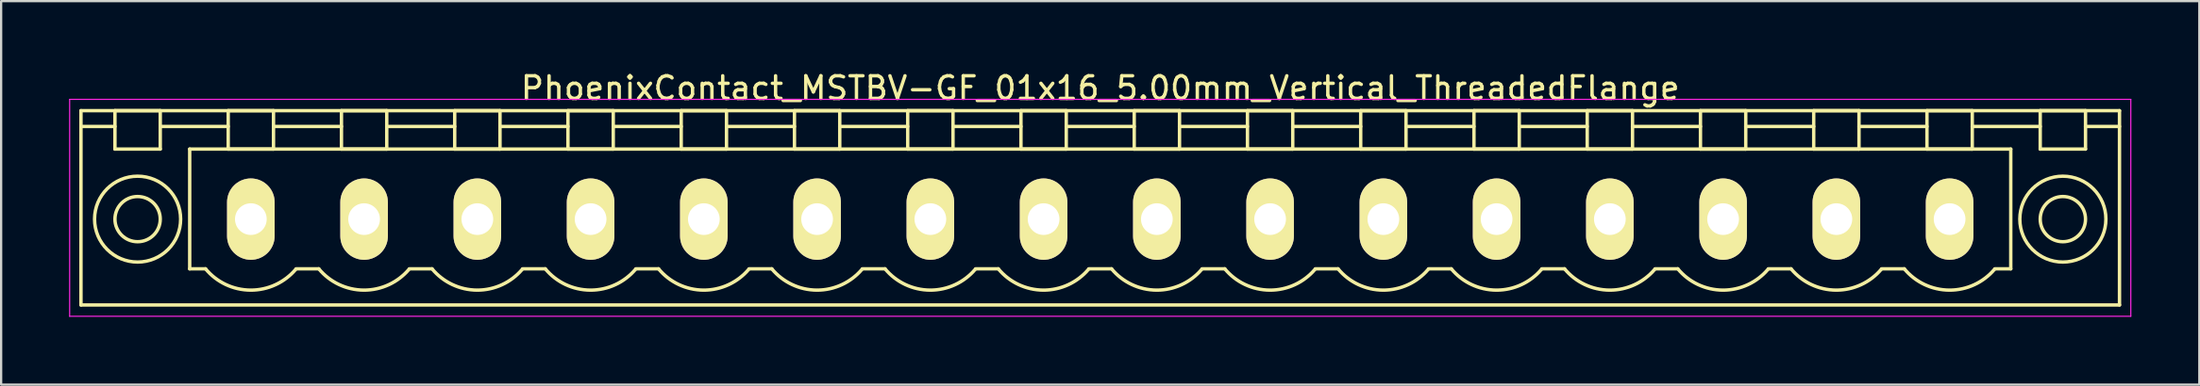
<source format=kicad_pcb>
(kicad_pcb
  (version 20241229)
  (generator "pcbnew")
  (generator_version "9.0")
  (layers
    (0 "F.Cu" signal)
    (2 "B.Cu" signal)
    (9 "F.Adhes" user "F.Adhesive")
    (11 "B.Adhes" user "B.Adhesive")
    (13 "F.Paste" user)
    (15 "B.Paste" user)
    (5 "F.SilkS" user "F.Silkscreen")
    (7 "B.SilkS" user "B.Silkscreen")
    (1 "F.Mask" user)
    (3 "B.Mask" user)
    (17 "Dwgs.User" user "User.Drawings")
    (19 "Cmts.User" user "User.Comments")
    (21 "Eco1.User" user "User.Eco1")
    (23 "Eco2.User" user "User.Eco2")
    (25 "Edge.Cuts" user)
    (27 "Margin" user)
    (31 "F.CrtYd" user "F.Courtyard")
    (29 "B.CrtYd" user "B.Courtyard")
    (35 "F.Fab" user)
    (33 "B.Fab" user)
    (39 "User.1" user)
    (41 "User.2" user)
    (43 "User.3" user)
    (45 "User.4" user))
  (footprint "PhoenixContact_MSTBV-GF_01x16_5.00mm_Vertical_ThreadedFlange"
    (layer "F.Cu")
    (at 8.025 6.648)
    (property "Reference" "PhoenixContact_MSTBV-GF_01x16_5.00mm_Vertical_ThreadedFlange" (at 37.5 -5.8 0) (layer "F.SilkS") (effects (font (size 1 1) (thickness 0.15))))
    (attr through_hole)
    (fp_line (start -7.5 -4.8) (end -7.5 3.8) (stroke (width 0.15) (type solid)) (layer "F.SilkS"))
    (fp_line (start -7.5 -4.1) (end -6 -4.1) (stroke (width 0.15) (type solid)) (layer "F.SilkS"))
    (fp_line (start -7.5 3.8) (end 82.5 3.8) (stroke (width 0.15) (type solid)) (layer "F.SilkS"))
    (fp_line (start -6 -4.8) (end -4 -4.8) (stroke (width 0.15) (type solid)) (layer "F.SilkS"))
    (fp_line (start -6 -3.1) (end -6 -4.8) (stroke (width 0.15) (type solid)) (layer "F.SilkS"))
    (fp_line (start -4 -4.8) (end -4 -3.1) (stroke (width 0.15) (type solid)) (layer "F.SilkS"))
    (fp_line (start -4 -4.1) (end -1 -4.1) (stroke (width 0.15) (type solid)) (layer "F.SilkS"))
    (fp_line (start -4 -3.1) (end -6 -3.1) (stroke (width 0.15) (type solid)) (layer "F.SilkS"))
    (fp_line (start -2.7 -3.1) (end 77.7 -3.1) (stroke (width 0.15) (type solid)) (layer "F.SilkS"))
    (fp_line (start -2.7 2.2) (end -2.7 -3.1) (stroke (width 0.15) (type solid)) (layer "F.SilkS"))
    (fp_line (start -2 2.2) (end -2.7 2.2) (stroke (width 0.15) (type solid)) (layer "F.SilkS"))
    (fp_line (start -1 -4.8) (end 1 -4.8) (stroke (width 0.15) (type solid)) (layer "F.SilkS"))
    (fp_line (start -1 -3.1) (end -1 -4.8) (stroke (width 0.15) (type solid)) (layer "F.SilkS"))
    (fp_line (start 1 -4.8) (end 1 -3.1) (stroke (width 0.15) (type solid)) (layer "F.SilkS"))
    (fp_line (start 1 -4.1) (end 4 -4.1) (stroke (width 0.15) (type solid)) (layer "F.SilkS"))
    (fp_line (start 1 -3.1) (end -1 -3.1) (stroke (width 0.15) (type solid)) (layer "F.SilkS"))
    (fp_line (start 2 2.2) (end 3 2.2) (stroke (width 0.15) (type solid)) (layer "F.SilkS"))
    (fp_line (start 4 -4.8) (end 6 -4.8) (stroke (width 0.15) (type solid)) (layer "F.SilkS"))
    (fp_line (start 4 -3.1) (end 4 -4.8) (stroke (width 0.15) (type solid)) (layer "F.SilkS"))
    (fp_line (start 6 -4.8) (end 6 -3.1) (stroke (width 0.15) (type solid)) (layer "F.SilkS"))
    (fp_line (start 6 -4.1) (end 9 -4.1) (stroke (width 0.15) (type solid)) (layer "F.SilkS"))
    (fp_line (start 6 -3.1) (end 4 -3.1) (stroke (width 0.15) (type solid)) (layer "F.SilkS"))
    (fp_line (start 7 2.2) (end 8 2.2) (stroke (width 0.15) (type solid)) (layer "F.SilkS"))
    (fp_line (start 9 -4.8) (end 11 -4.8) (stroke (width 0.15) (type solid)) (layer "F.SilkS"))
    (fp_line (start 9 -3.1) (end 9 -4.8) (stroke (width 0.15) (type solid)) (layer "F.SilkS"))
    (fp_line (start 11 -4.8) (end 11 -3.1) (stroke (width 0.15) (type solid)) (layer "F.SilkS"))
    (fp_line (start 11 -4.1) (end 14 -4.1) (stroke (width 0.15) (type solid)) (layer "F.SilkS"))
    (fp_line (start 11 -3.1) (end 9 -3.1) (stroke (width 0.15) (type solid)) (layer "F.SilkS"))
    (fp_line (start 12 2.2) (end 13 2.2) (stroke (width 0.15) (type solid)) (layer "F.SilkS"))
    (fp_line (start 14 -4.8) (end 16 -4.8) (stroke (width 0.15) (type solid)) (layer "F.SilkS"))
    (fp_line (start 14 -3.1) (end 14 -4.8) (stroke (width 0.15) (type solid)) (layer "F.SilkS"))
    (fp_line (start 16 -4.8) (end 16 -3.1) (stroke (width 0.15) (type solid)) (layer "F.SilkS"))
    (fp_line (start 16 -4.1) (end 19 -4.1) (stroke (width 0.15) (type solid)) (layer "F.SilkS"))
    (fp_line (start 16 -3.1) (end 14 -3.1) (stroke (width 0.15) (type solid)) (layer "F.SilkS"))
    (fp_line (start 17 2.2) (end 18 2.2) (stroke (width 0.15) (type solid)) (layer "F.SilkS"))
    (fp_line (start 19 -4.8) (end 21 -4.8) (stroke (width 0.15) (type solid)) (layer "F.SilkS"))
    (fp_line (start 19 -3.1) (end 19 -4.8) (stroke (width 0.15) (type solid)) (layer "F.SilkS"))
    (fp_line (start 21 -4.8) (end 21 -3.1) (stroke (width 0.15) (type solid)) (layer "F.SilkS"))
    (fp_line (start 21 -4.1) (end 24 -4.1) (stroke (width 0.15) (type solid)) (layer "F.SilkS"))
    (fp_line (start 21 -3.1) (end 19 -3.1) (stroke (width 0.15) (type solid)) (layer "F.SilkS"))
    (fp_line (start 22 2.2) (end 23 2.2) (stroke (width 0.15) (type solid)) (layer "F.SilkS"))
    (fp_line (start 24 -4.8) (end 26 -4.8) (stroke (width 0.15) (type solid)) (layer "F.SilkS"))
    (fp_line (start 24 -3.1) (end 24 -4.8) (stroke (width 0.15) (type solid)) (layer "F.SilkS"))
    (fp_line (start 26 -4.8) (end 26 -3.1) (stroke (width 0.15) (type solid)) (layer "F.SilkS"))
    (fp_line (start 26 -4.1) (end 29 -4.1) (stroke (width 0.15) (type solid)) (layer "F.SilkS"))
    (fp_line (start 26 -3.1) (end 24 -3.1) (stroke (width 0.15) (type solid)) (layer "F.SilkS"))
    (fp_line (start 27 2.2) (end 28 2.2) (stroke (width 0.15) (type solid)) (layer "F.SilkS"))
    (fp_line (start 29 -4.8) (end 31 -4.8) (stroke (width 0.15) (type solid)) (layer "F.SilkS"))
    (fp_line (start 29 -3.1) (end 29 -4.8) (stroke (width 0.15) (type solid)) (layer "F.SilkS"))
    (fp_line (start 31 -4.8) (end 31 -3.1) (stroke (width 0.15) (type solid)) (layer "F.SilkS"))
    (fp_line (start 31 -4.1) (end 34 -4.1) (stroke (width 0.15) (type solid)) (layer "F.SilkS"))
    (fp_line (start 31 -3.1) (end 29 -3.1) (stroke (width 0.15) (type solid)) (layer "F.SilkS"))
    (fp_line (start 32 2.2) (end 33 2.2) (stroke (width 0.15) (type solid)) (layer "F.SilkS"))
    (fp_line (start 34 -4.8) (end 36 -4.8) (stroke (width 0.15) (type solid)) (layer "F.SilkS"))
    (fp_line (start 34 -3.1) (end 34 -4.8) (stroke (width 0.15) (type solid)) (layer "F.SilkS"))
    (fp_line (start 36 -4.8) (end 36 -3.1) (stroke (width 0.15) (type solid)) (layer "F.SilkS"))
    (fp_line (start 36 -4.1) (end 39 -4.1) (stroke (width 0.15) (type solid)) (layer "F.SilkS"))
    (fp_line (start 36 -3.1) (end 34 -3.1) (stroke (width 0.15) (type solid)) (layer "F.SilkS"))
    (fp_line (start 37 2.2) (end 38 2.2) (stroke (width 0.15) (type solid)) (layer "F.SilkS"))
    (fp_line (start 39 -4.8) (end 41 -4.8) (stroke (width 0.15) (type solid)) (layer "F.SilkS"))
    (fp_line (start 39 -3.1) (end 39 -4.8) (stroke (width 0.15) (type solid)) (layer "F.SilkS"))
    (fp_line (start 41 -4.8) (end 41 -3.1) (stroke (width 0.15) (type solid)) (layer "F.SilkS"))
    (fp_line (start 41 -4.1) (end 44 -4.1) (stroke (width 0.15) (type solid)) (layer "F.SilkS"))
    (fp_line (start 41 -3.1) (end 39 -3.1) (stroke (width 0.15) (type solid)) (layer "F.SilkS"))
    (fp_line (start 42 2.2) (end 43 2.2) (stroke (width 0.15) (type solid)) (layer "F.SilkS"))
    (fp_line (start 44 -4.8) (end 46 -4.8) (stroke (width 0.15) (type solid)) (layer "F.SilkS"))
    (fp_line (start 44 -3.1) (end 44 -4.8) (stroke (width 0.15) (type solid)) (layer "F.SilkS"))
    (fp_line (start 46 -4.8) (end 46 -3.1) (stroke (width 0.15) (type solid)) (layer "F.SilkS"))
    (fp_line (start 46 -4.1) (end 49 -4.1) (stroke (width 0.15) (type solid)) (layer "F.SilkS"))
    (fp_line (start 46 -3.1) (end 44 -3.1) (stroke (width 0.15) (type solid)) (layer "F.SilkS"))
    (fp_line (start 47 2.2) (end 48 2.2) (stroke (width 0.15) (type solid)) (layer "F.SilkS"))
    (fp_line (start 49 -4.8) (end 51 -4.8) (stroke (width 0.15) (type solid)) (layer "F.SilkS"))
    (fp_line (start 49 -3.1) (end 49 -4.8) (stroke (width 0.15) (type solid)) (layer "F.SilkS"))
    (fp_line (start 51 -4.8) (end 51 -3.1) (stroke (width 0.15) (type solid)) (layer "F.SilkS"))
    (fp_line (start 51 -4.1) (end 54 -4.1) (stroke (width 0.15) (type solid)) (layer "F.SilkS"))
    (fp_line (start 51 -3.1) (end 49 -3.1) (stroke (width 0.15) (type solid)) (layer "F.SilkS"))
    (fp_line (start 52 2.2) (end 53 2.2) (stroke (width 0.15) (type solid)) (layer "F.SilkS"))
    (fp_line (start 54 -4.8) (end 56 -4.8) (stroke (width 0.15) (type solid)) (layer "F.SilkS"))
    (fp_line (start 54 -3.1) (end 54 -4.8) (stroke (width 0.15) (type solid)) (layer "F.SilkS"))
    (fp_line (start 56 -4.8) (end 56 -3.1) (stroke (width 0.15) (type solid)) (layer "F.SilkS"))
    (fp_line (start 56 -4.1) (end 59 -4.1) (stroke (width 0.15) (type solid)) (layer "F.SilkS"))
    (fp_line (start 56 -3.1) (end 54 -3.1) (stroke (width 0.15) (type solid)) (layer "F.SilkS"))
    (fp_line (start 57 2.2) (end 58 2.2) (stroke (width 0.15) (type solid)) (layer "F.SilkS"))
    (fp_line (start 59 -4.8) (end 61 -4.8) (stroke (width 0.15) (type solid)) (layer "F.SilkS"))
    (fp_line (start 59 -3.1) (end 59 -4.8) (stroke (width 0.15) (type solid)) (layer "F.SilkS"))
    (fp_line (start 61 -4.8) (end 61 -3.1) (stroke (width 0.15) (type solid)) (layer "F.SilkS"))
    (fp_line (start 61 -4.1) (end 64 -4.1) (stroke (width 0.15) (type solid)) (layer "F.SilkS"))
    (fp_line (start 61 -3.1) (end 59 -3.1) (stroke (width 0.15) (type solid)) (layer "F.SilkS"))
    (fp_line (start 62 2.2) (end 63 2.2) (stroke (width 0.15) (type solid)) (layer "F.SilkS"))
    (fp_line (start 64 -4.8) (end 66 -4.8) (stroke (width 0.15) (type solid)) (layer "F.SilkS"))
    (fp_line (start 64 -3.1) (end 64 -4.8) (stroke (width 0.15) (type solid)) (layer "F.SilkS"))
    (fp_line (start 66 -4.8) (end 66 -3.1) (stroke (width 0.15) (type solid)) (layer "F.SilkS"))
    (fp_line (start 66 -4.1) (end 69 -4.1) (stroke (width 0.15) (type solid)) (layer "F.SilkS"))
    (fp_line (start 66 -3.1) (end 64 -3.1) (stroke (width 0.15) (type solid)) (layer "F.SilkS"))
    (fp_line (start 67 2.2) (end 68 2.2) (stroke (width 0.15) (type solid)) (layer "F.SilkS"))
    (fp_line (start 69 -4.8) (end 71 -4.8) (stroke (width 0.15) (type solid)) (layer "F.SilkS"))
    (fp_line (start 69 -3.1) (end 69 -4.8) (stroke (width 0.15) (type solid)) (layer "F.SilkS"))
    (fp_line (start 71 -4.8) (end 71 -3.1) (stroke (width 0.15) (type solid)) (layer "F.SilkS"))
    (fp_line (start 71 -4.1) (end 74 -4.1) (stroke (width 0.15) (type solid)) (layer "F.SilkS"))
    (fp_line (start 71 -3.1) (end 69 -3.1) (stroke (width 0.15) (type solid)) (layer "F.SilkS"))
    (fp_line (start 72 2.2) (end 73 2.2) (stroke (width 0.15) (type solid)) (layer "F.SilkS"))
    (fp_line (start 74 -4.8) (end 76 -4.8) (stroke (width 0.15) (type solid)) (layer "F.SilkS"))
    (fp_line (start 74 -3.1) (end 74 -4.8) (stroke (width 0.15) (type solid)) (layer "F.SilkS"))
    (fp_line (start 76 -4.8) (end 76 -3.1) (stroke (width 0.15) (type solid)) (layer "F.SilkS"))
    (fp_line (start 76 -4.1) (end 79 -4.1) (stroke (width 0.15) (type solid)) (layer "F.SilkS"))
    (fp_line (start 76 -3.1) (end 74 -3.1) (stroke (width 0.15) (type solid)) (layer "F.SilkS"))
    (fp_line (start 77.7 -3.1) (end 77.7 2.2) (stroke (width 0.15) (type solid)) (layer "F.SilkS"))
    (fp_line (start 77.7 2.2) (end 77 2.2) (stroke (width 0.15) (type solid)) (layer "F.SilkS"))
    (fp_line (start 79 -4.8) (end 81 -4.8) (stroke (width 0.15) (type solid)) (layer "F.SilkS"))
    (fp_line (start 79 -3.1) (end 79 -4.8) (stroke (width 0.15) (type solid)) (layer "F.SilkS"))
    (fp_line (start 81 -4.8) (end 81 -3.1) (stroke (width 0.15) (type solid)) (layer "F.SilkS"))
    (fp_line (start 81 -3.1) (end 79 -3.1) (stroke (width 0.15) (type solid)) (layer "F.SilkS"))
    (fp_line (start 82.5 -4.8) (end -7.5 -4.8) (stroke (width 0.15) (type solid)) (layer "F.SilkS"))
    (fp_line (start 82.5 -4.1) (end 81 -4.1) (stroke (width 0.15) (type solid)) (layer "F.SilkS"))
    (fp_line (start 82.5 3.8) (end 82.5 -4.8) (stroke (width 0.15) (type solid)) (layer "F.SilkS"))
    (fp_arc (start 1.986842 2.215821) (mid -0.010289 3.142758) (end -2 2.2) (stroke (width 0.15) (type solid)) (layer "F.SilkS"))
    (fp_arc (start 6.986842 2.215821) (mid 4.989711 3.142758) (end 3 2.2) (stroke (width 0.15) (type solid)) (layer "F.SilkS"))
    (fp_arc (start 11.986842 2.215821) (mid 9.989711 3.142758) (end 8 2.2) (stroke (width 0.15) (type solid)) (layer "F.SilkS"))
    (fp_arc (start 16.986842 2.215821) (mid 14.989711 3.142758) (end 13 2.2) (stroke (width 0.15) (type solid)) (layer "F.SilkS"))
    (fp_arc (start 21.986842 2.215821) (mid 19.989711 3.142758) (end 18 2.2) (stroke (width 0.15) (type solid)) (layer "F.SilkS"))
    (fp_arc (start 26.986842 2.215821) (mid 24.989711 3.142758) (end 23 2.2) (stroke (width 0.15) (type solid)) (layer "F.SilkS"))
    (fp_arc (start 31.986842 2.215821) (mid 29.989711 3.142758) (end 28 2.2) (stroke (width 0.15) (type solid)) (layer "F.SilkS"))
    (fp_arc (start 36.986842 2.215821) (mid 34.989711 3.142758) (end 33 2.2) (stroke (width 0.15) (type solid)) (layer "F.SilkS"))
    (fp_arc (start 41.986842 2.215821) (mid 39.989711 3.142758) (end 38 2.2) (stroke (width 0.15) (type solid)) (layer "F.SilkS"))
    (fp_arc (start 46.986842 2.215821) (mid 44.989711 3.142758) (end 43 2.2) (stroke (width 0.15) (type solid)) (layer "F.SilkS"))
    (fp_arc (start 51.986842 2.215821) (mid 49.989711 3.142758) (end 48 2.2) (stroke (width 0.15) (type solid)) (layer "F.SilkS"))
    (fp_arc (start 56.986842 2.215821) (mid 54.989711 3.142758) (end 53 2.2) (stroke (width 0.15) (type solid)) (layer "F.SilkS"))
    (fp_arc (start 61.986842 2.215821) (mid 59.989711 3.142758) (end 58 2.2) (stroke (width 0.15) (type solid)) (layer "F.SilkS"))
    (fp_arc (start 66.986842 2.215821) (mid 64.989711 3.142758) (end 63 2.2) (stroke (width 0.15) (type solid)) (layer "F.SilkS"))
    (fp_arc (start 71.986842 2.215821) (mid 69.989711 3.142758) (end 68 2.2) (stroke (width 0.15) (type solid)) (layer "F.SilkS"))
    (fp_arc (start 76.986842 2.215821) (mid 74.989711 3.142758) (end 73 2.2) (stroke (width 0.15) (type solid)) (layer "F.SilkS"))
    (fp_circle (center -5 0) (end -4 0) (stroke (width 0.15) (type solid)) (fill no) (layer "F.SilkS"))
    (fp_circle (center -5 0) (end -3.1 0) (stroke (width 0.15) (type solid)) (fill no) (layer "F.SilkS"))
    (fp_circle (center 80 0) (end 81 0) (stroke (width 0.15) (type solid)) (fill no) (layer "F.SilkS"))
    (fp_circle (center 80 0) (end 81.9 0) (stroke (width 0.15) (type solid)) (fill no) (layer "F.SilkS"))
    (fp_line (start -8 -5.3) (end -8 4.3) (stroke (width 0.05) (type solid)) (layer "F.CrtYd"))
    (fp_line (start -8 4.3) (end 83 4.3) (stroke (width 0.05) (type solid)) (layer "F.CrtYd"))
    (fp_line (start 83 -5.3) (end -8 -5.3) (stroke (width 0.05) (type solid)) (layer "F.CrtYd"))
    (fp_line (start 83 4.3) (end 83 -5.3) (stroke (width 0.05) (type solid)) (layer "F.CrtYd"))
    (pad "1" thru_hole oval (at 0 0) (size 2.1 3.6) (drill 1.4) (layers "*.Cu" "*.Mask" "F.SilkS"))
    (pad "2" thru_hole oval (at 5 0) (size 2.1 3.6) (drill 1.4) (layers "*.Cu" "*.Mask" "F.SilkS"))
    (pad "3" thru_hole oval (at 10 0) (size 2.1 3.6) (drill 1.4) (layers "*.Cu" "*.Mask" "F.SilkS"))
    (pad "4" thru_hole oval (at 15 0) (size 2.1 3.6) (drill 1.4) (layers "*.Cu" "*.Mask" "F.SilkS"))
    (pad "5" thru_hole oval (at 20 0) (size 2.1 3.6) (drill 1.4) (layers "*.Cu" "*.Mask" "F.SilkS"))
    (pad "6" thru_hole oval (at 25 0) (size 2.1 3.6) (drill 1.4) (layers "*.Cu" "*.Mask" "F.SilkS"))
    (pad "7" thru_hole oval (at 30 0) (size 2.1 3.6) (drill 1.4) (layers "*.Cu" "*.Mask" "F.SilkS"))
    (pad "8" thru_hole oval (at 35 0) (size 2.1 3.6) (drill 1.4) (layers "*.Cu" "*.Mask" "F.SilkS"))
    (pad "9" thru_hole oval (at 40 0) (size 2.1 3.6) (drill 1.4) (layers "*.Cu" "*.Mask" "F.SilkS"))
    (pad "10" thru_hole oval (at 45 0) (size 2.1 3.6) (drill 1.4) (layers "*.Cu" "*.Mask" "F.SilkS"))
    (pad "11" thru_hole oval (at 50 0) (size 2.1 3.6) (drill 1.4) (layers "*.Cu" "*.Mask" "F.SilkS"))
    (pad "12" thru_hole oval (at 55 0) (size 2.1 3.6) (drill 1.4) (layers "*.Cu" "*.Mask" "F.SilkS"))
    (pad "13" thru_hole oval (at 60 0) (size 2.1 3.6) (drill 1.4) (layers "*.Cu" "*.Mask" "F.SilkS"))
    (pad "14" thru_hole oval (at 65 0) (size 2.1 3.6) (drill 1.4) (layers "*.Cu" "*.Mask" "F.SilkS"))
    (pad "15" thru_hole oval (at 70 0) (size 2.1 3.6) (drill 1.4) (layers "*.Cu" "*.Mask" "F.SilkS"))
    (pad "16" thru_hole oval (at 75 0) (size 2.1 3.6) (drill 1.4) (layers "*.Cu" "*.Mask" "F.SilkS")))
  (gr_rect
    (start -3 -3)
    (end 94.05 13.973)
    (stroke (width 0.1) (type default))
    (fill no)
    (layer "Edge.Cuts")))
</source>
